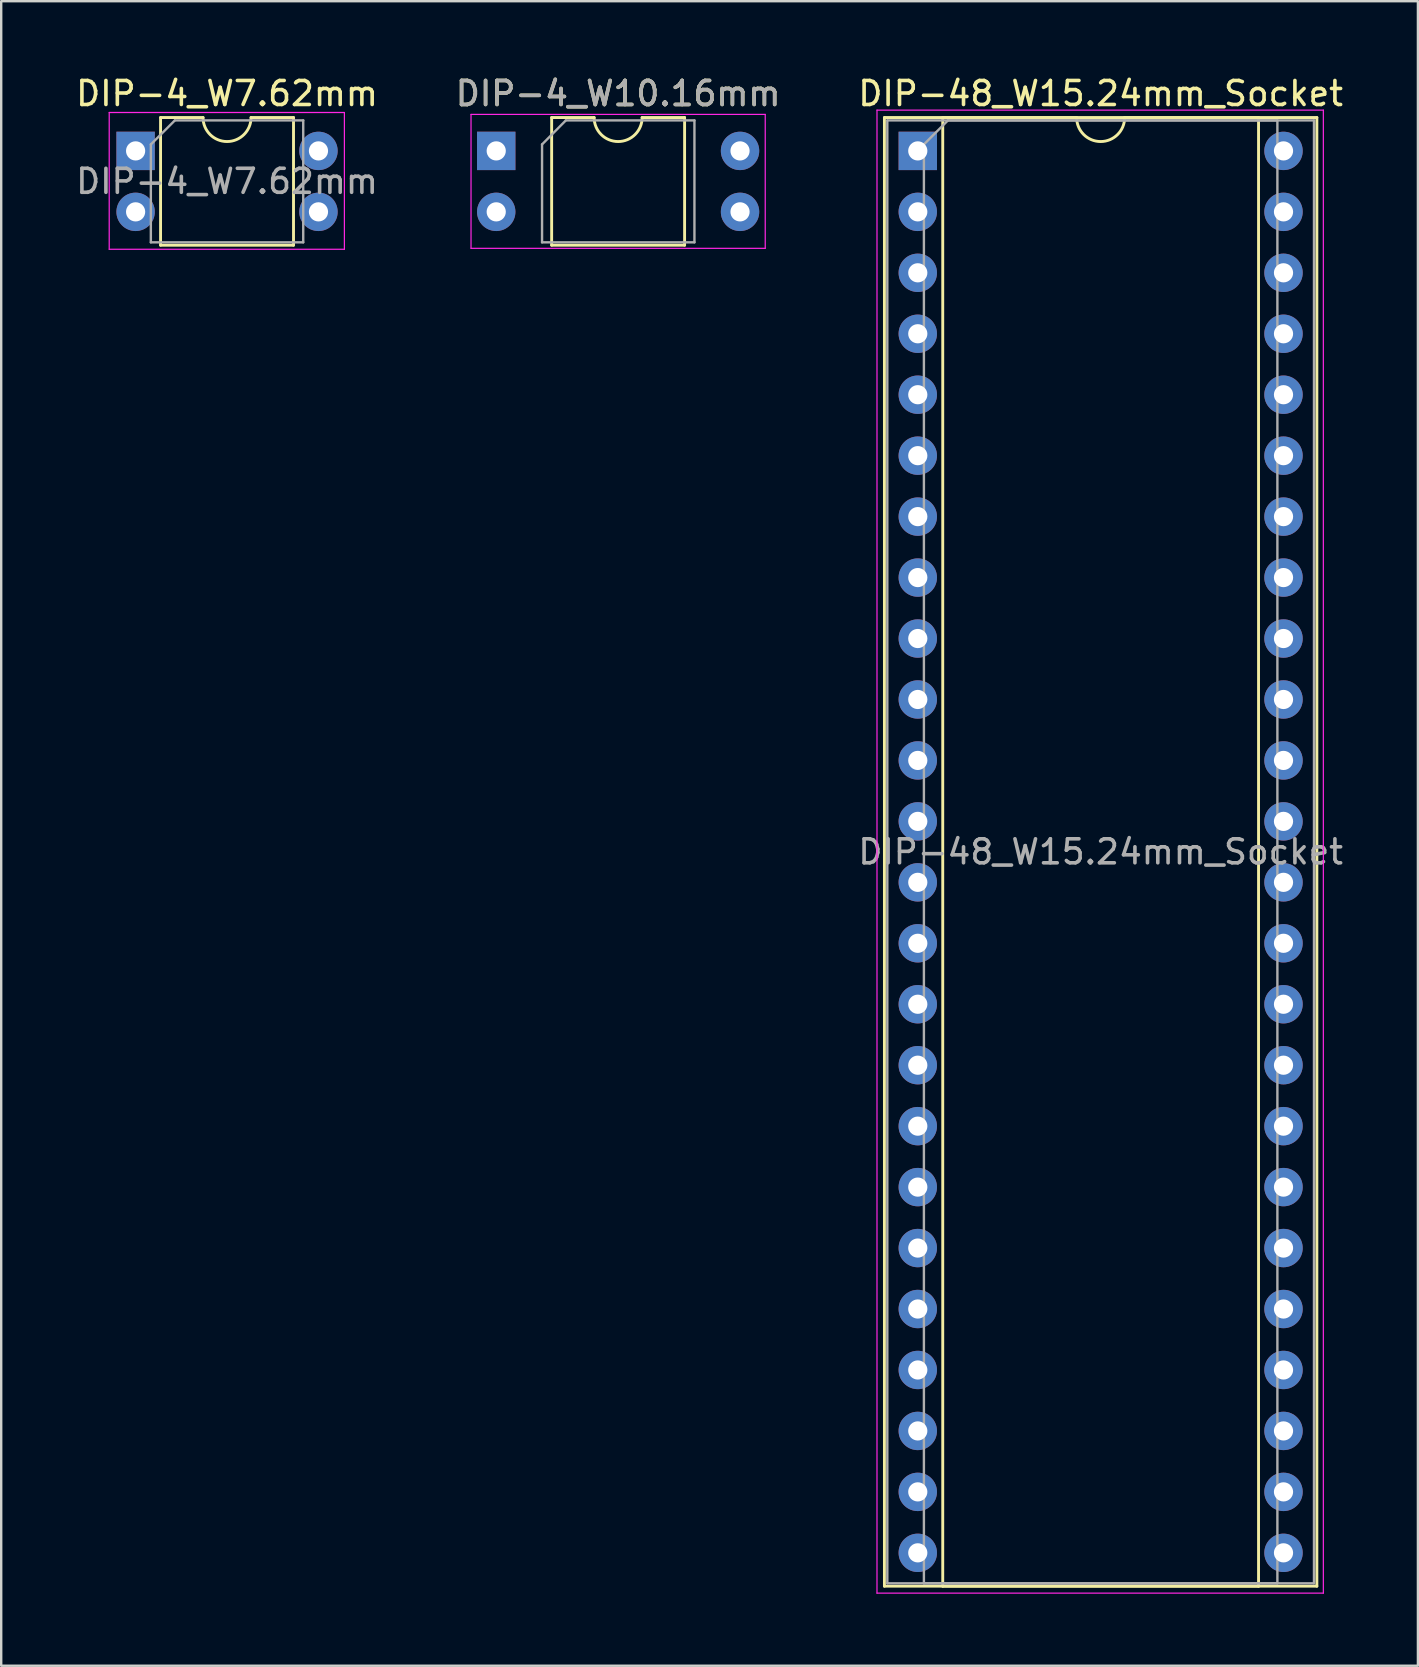
<source format=kicad_pcb>
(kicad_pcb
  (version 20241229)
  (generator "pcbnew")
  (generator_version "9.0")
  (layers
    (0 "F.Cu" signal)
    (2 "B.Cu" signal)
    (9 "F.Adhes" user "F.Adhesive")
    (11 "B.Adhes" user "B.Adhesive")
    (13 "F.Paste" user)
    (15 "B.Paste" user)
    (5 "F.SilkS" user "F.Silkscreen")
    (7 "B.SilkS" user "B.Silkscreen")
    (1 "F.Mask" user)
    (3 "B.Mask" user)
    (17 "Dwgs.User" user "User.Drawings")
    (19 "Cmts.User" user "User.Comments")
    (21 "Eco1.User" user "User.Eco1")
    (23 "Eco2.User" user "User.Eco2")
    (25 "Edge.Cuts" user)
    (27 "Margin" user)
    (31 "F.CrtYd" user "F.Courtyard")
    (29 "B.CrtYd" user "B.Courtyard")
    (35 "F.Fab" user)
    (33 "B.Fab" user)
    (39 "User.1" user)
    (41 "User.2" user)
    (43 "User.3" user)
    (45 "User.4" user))
  (footprint "DIP-4_W10.16mm"
    (layer "F.Cu")
    (at 17.628 3.238)
    (property "Reference" "DIP-4_W10.16mm" (at 5.08 -2.39 0) (layer "F.SilkS") (effects (font (size 1 1) (thickness 0.15))))
    (attr through_hole)
    (fp_line (start 2.31 -1.39) (end 2.31 3.93) (stroke (width 0.12) (type solid)) (layer "F.SilkS"))
    (fp_line (start 2.31 3.93) (end 7.85 3.93) (stroke (width 0.12) (type solid)) (layer "F.SilkS"))
    (fp_line (start 4.08 -1.39) (end 2.31 -1.39) (stroke (width 0.12) (type solid)) (layer "F.SilkS"))
    (fp_line (start 7.85 -1.39) (end 6.08 -1.39) (stroke (width 0.12) (type solid)) (layer "F.SilkS"))
    (fp_line (start 7.85 3.93) (end 7.85 -1.39) (stroke (width 0.12) (type solid)) (layer "F.SilkS"))
    (fp_arc (start 6.08 -1.39) (mid 5.08 -0.39) (end 4.08 -1.39) (stroke (width 0.12) (type solid)) (layer "F.SilkS"))
    (fp_line (start -1.05 -1.52) (end -1.05 4.06) (stroke (width 0.05) (type solid)) (layer "F.CrtYd"))
    (fp_line (start -1.05 -1.52) (end 11.21 -1.52) (stroke (width 0.05) (type solid)) (layer "F.CrtYd"))
    (fp_line (start 11.21 4.06) (end -1.05 4.06) (stroke (width 0.05) (type solid)) (layer "F.CrtYd"))
    (fp_line (start 11.21 4.06) (end 11.21 -1.52) (stroke (width 0.05) (type solid)) (layer "F.CrtYd"))
    (fp_line (start 1.91 -0.27) (end 2.9 -1.27) (stroke (width 0.1) (type solid)) (layer "F.Fab"))
    (fp_line (start 1.91 3.81) (end 1.91 -0.27) (stroke (width 0.1) (type solid)) (layer "F.Fab"))
    (fp_line (start 2.9 -1.27) (end 8.26 -1.27) (stroke (width 0.1) (type solid)) (layer "F.Fab"))
    (fp_line (start 8.26 -1.27) (end 8.26 3.81) (stroke (width 0.1) (type solid)) (layer "F.Fab"))
    (fp_line (start 8.26 3.81) (end 1.91 3.81) (stroke (width 0.1) (type solid)) (layer "F.Fab"))
    (fp_text user "${REFERENCE}" (at 5.08 -2.39 0) (layer "F.Fab") (effects (font (size 1 1) (thickness 0.15))))
    (pad "1" thru_hole rect (at 0 0) (size 1.6 1.6) (drill 0.8) (layers "*.Cu" "*.Mask"))
    (pad "2" thru_hole oval (at 0 2.54) (size 1.6 1.6) (drill 0.8) (layers "*.Cu" "*.Mask"))
    (pad "3" thru_hole oval (at 10.16 2.54) (size 1.6 1.6) (drill 0.8) (layers "*.Cu" "*.Mask"))
    (pad "4" thru_hole oval (at 10.16 0) (size 1.6 1.6) (drill 0.8) (layers "*.Cu" "*.Mask")))
  (footprint "DIP-4_W7.62mm"
    (layer "F.Cu")
    (at 2.601 3.238)
    (property "Reference" "DIP-4_W7.62mm" (at 3.81 -2.39 0) (layer "F.SilkS") (effects (font (size 1 1) (thickness 0.15))))
    (attr through_hole)
    (fp_line (start 1.04 -1.39) (end 1.04 3.93) (stroke (width 0.12) (type solid)) (layer "F.SilkS"))
    (fp_line (start 1.04 3.93) (end 6.58 3.93) (stroke (width 0.12) (type solid)) (layer "F.SilkS"))
    (fp_line (start 2.81 -1.39) (end 1.04 -1.39) (stroke (width 0.12) (type solid)) (layer "F.SilkS"))
    (fp_line (start 6.58 -1.39) (end 4.81 -1.39) (stroke (width 0.12) (type solid)) (layer "F.SilkS"))
    (fp_line (start 6.58 3.93) (end 6.58 -1.39) (stroke (width 0.12) (type solid)) (layer "F.SilkS"))
    (fp_arc (start 4.81 -1.39) (mid 3.81 -0.39) (end 2.81 -1.39) (stroke (width 0.12) (type solid)) (layer "F.SilkS"))
    (fp_line (start -1.1 -1.6) (end -1.1 4.1) (stroke (width 0.05) (type solid)) (layer "F.CrtYd"))
    (fp_line (start -1.1 4.1) (end 8.7 4.1) (stroke (width 0.05) (type solid)) (layer "F.CrtYd"))
    (fp_line (start 8.7 -1.6) (end -1.1 -1.6) (stroke (width 0.05) (type solid)) (layer "F.CrtYd"))
    (fp_line (start 8.7 4.1) (end 8.7 -1.6) (stroke (width 0.05) (type solid)) (layer "F.CrtYd"))
    (fp_line (start 0.635 -0.27) (end 1.635 -1.27) (stroke (width 0.1) (type solid)) (layer "F.Fab"))
    (fp_line (start 0.635 3.81) (end 0.635 -0.27) (stroke (width 0.1) (type solid)) (layer "F.Fab"))
    (fp_line (start 1.635 -1.27) (end 6.985 -1.27) (stroke (width 0.1) (type solid)) (layer "F.Fab"))
    (fp_line (start 6.985 -1.27) (end 6.985 3.81) (stroke (width 0.1) (type solid)) (layer "F.Fab"))
    (fp_line (start 6.985 3.81) (end 0.635 3.81) (stroke (width 0.1) (type solid)) (layer "F.Fab"))
    (fp_text user "${REFERENCE}" (at 3.81 1.27 0) (layer "F.Fab") (effects (font (size 1 1) (thickness 0.15))))
    (pad "1" thru_hole rect (at 0 0) (size 1.6 1.6) (drill 0.8) (layers "*.Cu" "*.Mask"))
    (pad "2" thru_hole oval (at 0 2.54) (size 1.6 1.6) (drill 0.8) (layers "*.Cu" "*.Mask"))
    (pad "3" thru_hole oval (at 7.62 2.54) (size 1.6 1.6) (drill 0.8) (layers "*.Cu" "*.Mask"))
    (pad "4" thru_hole oval (at 7.62 0) (size 1.6 1.6) (drill 0.8) (layers "*.Cu" "*.Mask")))
  (footprint "DIP-48_W15.24mm_Socket"
    (layer "F.Cu")
    (at 35.195 3.238)
    (property "Reference" "DIP-48_W15.24mm_Socket" (at 7.62 -2.39 0) (layer "F.SilkS") (effects (font (size 1 1) (thickness 0.15))))
    (attr through_hole)
    (fp_line (start -1.39 -1.39) (end -1.39 59.81) (stroke (width 0.12) (type solid)) (layer "F.SilkS"))
    (fp_line (start -1.39 59.81) (end 16.63 59.81) (stroke (width 0.12) (type solid)) (layer "F.SilkS"))
    (fp_line (start 1.04 -1.39) (end 1.04 59.81) (stroke (width 0.12) (type solid)) (layer "F.SilkS"))
    (fp_line (start 1.04 59.81) (end 14.2 59.81) (stroke (width 0.12) (type solid)) (layer "F.SilkS"))
    (fp_line (start 6.62 -1.39) (end 1.04 -1.39) (stroke (width 0.12) (type solid)) (layer "F.SilkS"))
    (fp_line (start 14.2 -1.39) (end 8.62 -1.39) (stroke (width 0.12) (type solid)) (layer "F.SilkS"))
    (fp_line (start 14.2 59.81) (end 14.2 -1.39) (stroke (width 0.12) (type solid)) (layer "F.SilkS"))
    (fp_line (start 16.63 -1.39) (end -1.39 -1.39) (stroke (width 0.12) (type solid)) (layer "F.SilkS"))
    (fp_line (start 16.63 59.81) (end 16.63 -1.39) (stroke (width 0.12) (type solid)) (layer "F.SilkS"))
    (fp_arc (start 8.62 -1.39) (mid 7.62 -0.39) (end 6.62 -1.39) (stroke (width 0.12) (type solid)) (layer "F.SilkS"))
    (fp_line (start -1.7 -1.7) (end -1.7 60.1) (stroke (width 0.05) (type solid)) (layer "F.CrtYd"))
    (fp_line (start -1.7 60.1) (end 16.9 60.1) (stroke (width 0.05) (type solid)) (layer "F.CrtYd"))
    (fp_line (start 16.9 -1.7) (end -1.7 -1.7) (stroke (width 0.05) (type solid)) (layer "F.CrtYd"))
    (fp_line (start 16.9 60.1) (end 16.9 -1.7) (stroke (width 0.05) (type solid)) (layer "F.CrtYd"))
    (fp_line (start -1.27 -1.27) (end -1.27 59.69) (stroke (width 0.1) (type solid)) (layer "F.Fab"))
    (fp_line (start -1.27 59.69) (end 16.51 59.69) (stroke (width 0.1) (type solid)) (layer "F.Fab"))
    (fp_line (start 0.255 -0.27) (end 1.255 -1.27) (stroke (width 0.1) (type solid)) (layer "F.Fab"))
    (fp_line (start 0.255 59.69) (end 0.255 -0.27) (stroke (width 0.1) (type solid)) (layer "F.Fab"))
    (fp_line (start 1.255 -1.27) (end 14.985 -1.27) (stroke (width 0.1) (type solid)) (layer "F.Fab"))
    (fp_line (start 14.985 -1.27) (end 14.985 59.69) (stroke (width 0.1) (type solid)) (layer "F.Fab"))
    (fp_line (start 14.985 59.69) (end 0.255 59.69) (stroke (width 0.1) (type solid)) (layer "F.Fab"))
    (fp_line (start 16.51 -1.27) (end -1.27 -1.27) (stroke (width 0.1) (type solid)) (layer "F.Fab"))
    (fp_line (start 16.51 59.69) (end 16.51 -1.27) (stroke (width 0.1) (type solid)) (layer "F.Fab"))
    (fp_text user "${REFERENCE}" (at 7.62 29.21 0) (layer "F.Fab") (effects (font (size 1 1) (thickness 0.15))))
    (pad "1" thru_hole rect (at 0 0) (size 1.6 1.6) (drill 0.8) (layers "*.Cu" "*.Mask"))
    (pad "2" thru_hole oval (at 0 2.54) (size 1.6 1.6) (drill 0.8) (layers "*.Cu" "*.Mask"))
    (pad "3" thru_hole oval (at 0 5.08) (size 1.6 1.6) (drill 0.8) (layers "*.Cu" "*.Mask"))
    (pad "4" thru_hole oval (at 0 7.62) (size 1.6 1.6) (drill 0.8) (layers "*.Cu" "*.Mask"))
    (pad "5" thru_hole oval (at 0 10.16) (size 1.6 1.6) (drill 0.8) (layers "*.Cu" "*.Mask"))
    (pad "6" thru_hole oval (at 0 12.7) (size 1.6 1.6) (drill 0.8) (layers "*.Cu" "*.Mask"))
    (pad "7" thru_hole oval (at 0 15.24) (size 1.6 1.6) (drill 0.8) (layers "*.Cu" "*.Mask"))
    (pad "8" thru_hole oval (at 0 17.78) (size 1.6 1.6) (drill 0.8) (layers "*.Cu" "*.Mask"))
    (pad "9" thru_hole oval (at 0 20.32) (size 1.6 1.6) (drill 0.8) (layers "*.Cu" "*.Mask"))
    (pad "10" thru_hole oval (at 0 22.86) (size 1.6 1.6) (drill 0.8) (layers "*.Cu" "*.Mask"))
    (pad "11" thru_hole oval (at 0 25.4) (size 1.6 1.6) (drill 0.8) (layers "*.Cu" "*.Mask"))
    (pad "12" thru_hole oval (at 0 27.94) (size 1.6 1.6) (drill 0.8) (layers "*.Cu" "*.Mask"))
    (pad "13" thru_hole oval (at 0 30.48) (size 1.6 1.6) (drill 0.8) (layers "*.Cu" "*.Mask"))
    (pad "14" thru_hole oval (at 0 33.02) (size 1.6 1.6) (drill 0.8) (layers "*.Cu" "*.Mask"))
    (pad "15" thru_hole oval (at 0 35.56) (size 1.6 1.6) (drill 0.8) (layers "*.Cu" "*.Mask"))
    (pad "16" thru_hole oval (at 0 38.1) (size 1.6 1.6) (drill 0.8) (layers "*.Cu" "*.Mask"))
    (pad "17" thru_hole oval (at 0 40.64) (size 1.6 1.6) (drill 0.8) (layers "*.Cu" "*.Mask"))
    (pad "18" thru_hole oval (at 0 43.18) (size 1.6 1.6) (drill 0.8) (layers "*.Cu" "*.Mask"))
    (pad "19" thru_hole oval (at 0 45.72) (size 1.6 1.6) (drill 0.8) (layers "*.Cu" "*.Mask"))
    (pad "20" thru_hole oval (at 0 48.26) (size 1.6 1.6) (drill 0.8) (layers "*.Cu" "*.Mask"))
    (pad "21" thru_hole oval (at 0 50.8) (size 1.6 1.6) (drill 0.8) (layers "*.Cu" "*.Mask"))
    (pad "22" thru_hole oval (at 0 53.34) (size 1.6 1.6) (drill 0.8) (layers "*.Cu" "*.Mask"))
    (pad "23" thru_hole oval (at 0 55.88) (size 1.6 1.6) (drill 0.8) (layers "*.Cu" "*.Mask"))
    (pad "24" thru_hole oval (at 0 58.42) (size 1.6 1.6) (drill 0.8) (layers "*.Cu" "*.Mask"))
    (pad "25" thru_hole oval (at 15.24 58.42) (size 1.6 1.6) (drill 0.8) (layers "*.Cu" "*.Mask"))
    (pad "26" thru_hole oval (at 15.24 55.88) (size 1.6 1.6) (drill 0.8) (layers "*.Cu" "*.Mask"))
    (pad "27" thru_hole oval (at 15.24 53.34) (size 1.6 1.6) (drill 0.8) (layers "*.Cu" "*.Mask"))
    (pad "28" thru_hole oval (at 15.24 50.8) (size 1.6 1.6) (drill 0.8) (layers "*.Cu" "*.Mask"))
    (pad "29" thru_hole oval (at 15.24 48.26) (size 1.6 1.6) (drill 0.8) (layers "*.Cu" "*.Mask"))
    (pad "30" thru_hole oval (at 15.24 45.72) (size 1.6 1.6) (drill 0.8) (layers "*.Cu" "*.Mask"))
    (pad "31" thru_hole oval (at 15.24 43.18) (size 1.6 1.6) (drill 0.8) (layers "*.Cu" "*.Mask"))
    (pad "32" thru_hole oval (at 15.24 40.64) (size 1.6 1.6) (drill 0.8) (layers "*.Cu" "*.Mask"))
    (pad "33" thru_hole oval (at 15.24 38.1) (size 1.6 1.6) (drill 0.8) (layers "*.Cu" "*.Mask"))
    (pad "34" thru_hole oval (at 15.24 35.56) (size 1.6 1.6) (drill 0.8) (layers "*.Cu" "*.Mask"))
    (pad "35" thru_hole oval (at 15.24 33.02) (size 1.6 1.6) (drill 0.8) (layers "*.Cu" "*.Mask"))
    (pad "36" thru_hole oval (at 15.24 30.48) (size 1.6 1.6) (drill 0.8) (layers "*.Cu" "*.Mask"))
    (pad "37" thru_hole oval (at 15.24 27.94) (size 1.6 1.6) (drill 0.8) (layers "*.Cu" "*.Mask"))
    (pad "38" thru_hole oval (at 15.24 25.4) (size 1.6 1.6) (drill 0.8) (layers "*.Cu" "*.Mask"))
    (pad "39" thru_hole oval (at 15.24 22.86) (size 1.6 1.6) (drill 0.8) (layers "*.Cu" "*.Mask"))
    (pad "40" thru_hole oval (at 15.24 20.32) (size 1.6 1.6) (drill 0.8) (layers "*.Cu" "*.Mask"))
    (pad "41" thru_hole oval (at 15.24 17.78) (size 1.6 1.6) (drill 0.8) (layers "*.Cu" "*.Mask"))
    (pad "42" thru_hole oval (at 15.24 15.24) (size 1.6 1.6) (drill 0.8) (layers "*.Cu" "*.Mask"))
    (pad "43" thru_hole oval (at 15.24 12.7) (size 1.6 1.6) (drill 0.8) (layers "*.Cu" "*.Mask"))
    (pad "44" thru_hole oval (at 15.24 10.16) (size 1.6 1.6) (drill 0.8) (layers "*.Cu" "*.Mask"))
    (pad "45" thru_hole oval (at 15.24 7.62) (size 1.6 1.6) (drill 0.8) (layers "*.Cu" "*.Mask"))
    (pad "46" thru_hole oval (at 15.24 5.08) (size 1.6 1.6) (drill 0.8) (layers "*.Cu" "*.Mask"))
    (pad "47" thru_hole oval (at 15.24 2.54) (size 1.6 1.6) (drill 0.8) (layers "*.Cu" "*.Mask"))
    (pad "48" thru_hole oval (at 15.24 0) (size 1.6 1.6) (drill 0.8) (layers "*.Cu" "*.Mask")))
  (gr_rect
    (start -3 -3)
    (end 56.036 66.363)
    (stroke (width 0.1) (type default))
    (fill no)
    (layer "Edge.Cuts")))
</source>
